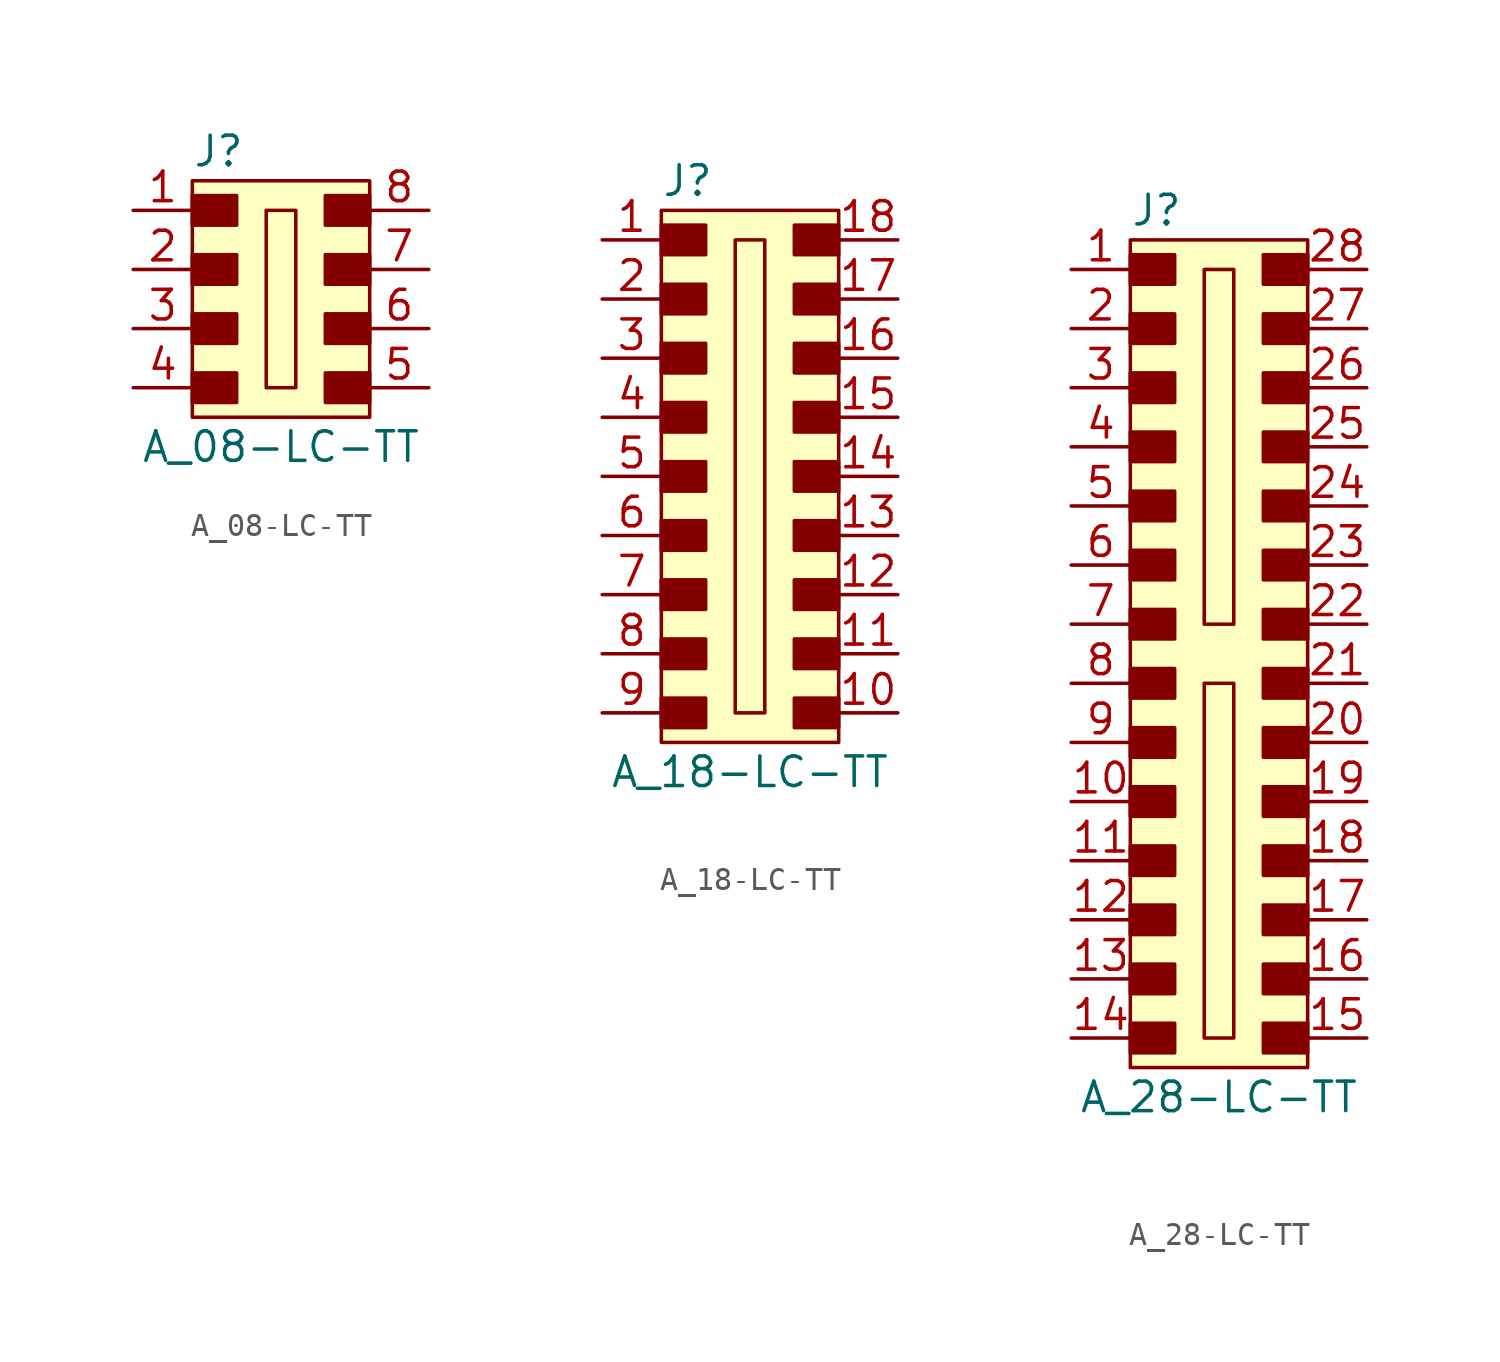
<source format=kicad_sym>
(kicad_symbol_lib
  (version 20231120)
  (generator "kicad_symbol_editor")
  (generator_version "8.0")
  (symbol "A_08-LC-TT"
    (pin_names
      (offset 1.016))
    (property "Reference" "J"
      (at -3.81 6.35 0)
      (effects (font (size 1.27 1.27)) (justify left)))
    (property "Value" "A_08-LC-TT"
      (at 0 -6.35 0)
      (effects (font (size 1.27 1.27))))
    (symbol "A_08-LC-TT_1_1"
      (rectangle (start -3.81 -3.175) (end -1.905 -4.445) (stroke (width 0) (type solid)) (fill (type outline)))
      (rectangle (start -3.81 -0.635) (end -1.905 -1.905) (stroke (width 0) (type solid)) (fill (type outline)))
      (rectangle (start -3.81 1.905) (end -1.905 0.635) (stroke (width 0) (type solid)) (fill (type outline)))
      (rectangle (start -3.81 4.445) (end -1.905 3.175) (stroke (width 0) (type solid)) (fill (type outline)))
      (rectangle (start -3.81 5.08) (end 3.81 -5.08) (stroke (width 0) (type solid)) (fill (type background)))
      (rectangle (start -0.635 3.81) (end 0.635 -3.81) (stroke (width 0) (type solid)) (fill (type none)))
      (rectangle (start 1.905 -3.175) (end 3.81 -4.445) (stroke (width 0) (type solid)) (fill (type outline)))
      (rectangle (start 1.905 -0.635) (end 3.81 -1.905) (stroke (width 0) (type solid)) (fill (type outline)))
      (rectangle (start 1.905 1.905) (end 3.81 0.635) (stroke (width 0) (type solid)) (fill (type outline)))
      (rectangle (start 1.905 4.445) (end 3.81 3.175) (stroke (width 0) (type solid)) (fill (type outline)))
      (pin passive line (at -6.35 3.81 0) (length 2.54) (name "~" (effects (font (size 1.27 1.27)))) (number "1" (effects (font (size 1.27 1.27)))))
      (pin passive line (at -6.35 1.27 0) (length 2.54) (name "~" (effects (font (size 1.27 1.27)))) (number "2" (effects (font (size 1.27 1.27)))))
      (pin passive line (at -6.35 -1.27 0) (length 2.54) (name "~" (effects (font (size 1.27 1.27)))) (number "3" (effects (font (size 1.27 1.27)))))
      (pin passive line (at -6.35 -3.81 0) (length 2.54) (name "~" (effects (font (size 1.27 1.27)))) (number "4" (effects (font (size 1.27 1.27)))))
      (pin passive line (at 6.35 -3.81 180) (length 2.54) (name "~" (effects (font (size 1.27 1.27)))) (number "5" (effects (font (size 1.27 1.27)))))
      (pin passive line (at 6.35 -1.27 180) (length 2.54) (name "~" (effects (font (size 1.27 1.27)))) (number "6" (effects (font (size 1.27 1.27)))))
      (pin passive line (at 6.35 1.27 180) (length 2.54) (name "~" (effects (font (size 1.27 1.27)))) (number "7" (effects (font (size 1.27 1.27)))))
      (pin passive line (at 6.35 3.81 180) (length 2.54) (name "~" (effects (font (size 1.27 1.27)))) (number "8" (effects (font (size 1.27 1.27)))))))
  (symbol "A_18-LC-TT"
    (pin_names
      (offset 1.016))
    (property "Reference" "J"
      (at -3.81 10.16 0)
      (effects (font (size 1.27 1.27)) (justify left)))
    (property "Value" "A_18-LC-TT"
      (at 0 -15.24 0)
      (effects (font (size 1.27 1.27))))
    (symbol "A_18-LC-TT_1_1"
      (rectangle (start -3.81 -12.065) (end -1.905 -13.335) (stroke (width 0) (type solid)) (fill (type outline)))
      (rectangle (start -3.81 -9.525) (end -1.905 -10.795) (stroke (width 0) (type solid)) (fill (type outline)))
      (rectangle (start -3.81 -6.985) (end -1.905 -8.255) (stroke (width 0) (type solid)) (fill (type outline)))
      (rectangle (start -3.81 -4.445) (end -1.905 -5.715) (stroke (width 0) (type solid)) (fill (type outline)))
      (rectangle (start -3.81 -1.905) (end -1.905 -3.175) (stroke (width 0) (type solid)) (fill (type outline)))
      (rectangle (start -3.81 0.635) (end -1.905 -0.635) (stroke (width 0) (type solid)) (fill (type outline)))
      (rectangle (start -3.81 3.175) (end -1.905 1.905) (stroke (width 0) (type solid)) (fill (type outline)))
      (rectangle (start -3.81 5.715) (end -1.905 4.445) (stroke (width 0) (type solid)) (fill (type outline)))
      (rectangle (start -3.81 8.255) (end -1.905 6.985) (stroke (width 0) (type solid)) (fill (type outline)))
      (rectangle (start -3.81 8.89) (end 3.81 -13.97) (stroke (width 0) (type solid)) (fill (type background)))
      (rectangle (start -0.635 7.62) (end 0.635 -12.7) (stroke (width 0) (type solid)) (fill (type none)))
      (rectangle (start 1.905 -12.065) (end 3.81 -13.335) (stroke (width 0) (type solid)) (fill (type outline)))
      (rectangle (start 1.905 -9.525) (end 3.81 -10.795) (stroke (width 0) (type solid)) (fill (type outline)))
      (rectangle (start 1.905 -6.985) (end 3.81 -8.255) (stroke (width 0) (type solid)) (fill (type outline)))
      (rectangle (start 1.905 -4.445) (end 3.81 -5.715) (stroke (width 0) (type solid)) (fill (type outline)))
      (rectangle (start 1.905 -1.905) (end 3.81 -3.175) (stroke (width 0) (type solid)) (fill (type outline)))
      (rectangle (start 1.905 0.635) (end 3.81 -0.635) (stroke (width 0) (type solid)) (fill (type outline)))
      (rectangle (start 1.905 3.175) (end 3.81 1.905) (stroke (width 0) (type solid)) (fill (type outline)))
      (rectangle (start 1.905 5.715) (end 3.81 4.445) (stroke (width 0) (type solid)) (fill (type outline)))
      (rectangle (start 1.905 8.255) (end 3.81 6.985) (stroke (width 0) (type solid)) (fill (type outline)))
      (pin passive line (at -6.35 7.62 0) (length 2.54) (name "~" (effects (font (size 1.27 1.27)))) (number "1" (effects (font (size 1.27 1.27)))))
      (pin passive line (at 6.35 -12.7 180) (length 2.54) (name "~" (effects (font (size 1.27 1.27)))) (number "10" (effects (font (size 1.27 1.27)))))
      (pin passive line (at 6.35 -10.16 180) (length 2.54) (name "~" (effects (font (size 1.27 1.27)))) (number "11" (effects (font (size 1.27 1.27)))))
      (pin passive line (at 6.35 -7.62 180) (length 2.54) (name "~" (effects (font (size 1.27 1.27)))) (number "12" (effects (font (size 1.27 1.27)))))
      (pin passive line (at 6.35 -5.08 180) (length 2.54) (name "~" (effects (font (size 1.27 1.27)))) (number "13" (effects (font (size 1.27 1.27)))))
      (pin passive line (at 6.35 -2.54 180) (length 2.54) (name "~" (effects (font (size 1.27 1.27)))) (number "14" (effects (font (size 1.27 1.27)))))
      (pin passive line (at 6.35 0 180) (length 2.54) (name "~" (effects (font (size 1.27 1.27)))) (number "15" (effects (font (size 1.27 1.27)))))
      (pin passive line (at 6.35 2.54 180) (length 2.54) (name "~" (effects (font (size 1.27 1.27)))) (number "16" (effects (font (size 1.27 1.27)))))
      (pin passive line (at 6.35 5.08 180) (length 2.54) (name "~" (effects (font (size 1.27 1.27)))) (number "17" (effects (font (size 1.27 1.27)))))
      (pin passive line (at 6.35 7.62 180) (length 2.54) (name "~" (effects (font (size 1.27 1.27)))) (number "18" (effects (font (size 1.27 1.27)))))
      (pin passive line (at -6.35 5.08 0) (length 2.54) (name "~" (effects (font (size 1.27 1.27)))) (number "2" (effects (font (size 1.27 1.27)))))
      (pin passive line (at -6.35 2.54 0) (length 2.54) (name "~" (effects (font (size 1.27 1.27)))) (number "3" (effects (font (size 1.27 1.27)))))
      (pin passive line (at -6.35 0 0) (length 2.54) (name "~" (effects (font (size 1.27 1.27)))) (number "4" (effects (font (size 1.27 1.27)))))
      (pin passive line (at -6.35 -2.54 0) (length 2.54) (name "~" (effects (font (size 1.27 1.27)))) (number "5" (effects (font (size 1.27 1.27)))))
      (pin passive line (at -6.35 -5.08 0) (length 2.54) (name "~" (effects (font (size 1.27 1.27)))) (number "6" (effects (font (size 1.27 1.27)))))
      (pin passive line (at -6.35 -7.62 0) (length 2.54) (name "~" (effects (font (size 1.27 1.27)))) (number "7" (effects (font (size 1.27 1.27)))))
      (pin passive line (at -6.35 -10.16 0) (length 2.54) (name "~" (effects (font (size 1.27 1.27)))) (number "8" (effects (font (size 1.27 1.27)))))
      (pin passive line (at -6.35 -12.7 0) (length 2.54) (name "~" (effects (font (size 1.27 1.27)))) (number "9" (effects (font (size 1.27 1.27)))))))
  (symbol "A_28-LC-TT"
    (pin_names
      (offset 1.016))
    (property "Reference" "J"
      (at -3.81 19.05 0)
      (effects (font (size 1.27 1.27)) (justify left)))
    (property "Value" "A_28-LC-TT"
      (at 0 -19.05 0)
      (effects (font (size 1.27 1.27))))
    (symbol "A_28-LC-TT_1_1"
      (rectangle (start -3.81 -15.875) (end -1.905 -17.145) (stroke (width 0) (type solid)) (fill (type outline)))
      (rectangle (start -3.81 -13.335) (end -1.905 -14.605) (stroke (width 0) (type solid)) (fill (type outline)))
      (rectangle (start -3.81 -10.795) (end -1.905 -12.065) (stroke (width 0) (type solid)) (fill (type outline)))
      (rectangle (start -3.81 -8.255) (end -1.905 -9.525) (stroke (width 0) (type solid)) (fill (type outline)))
      (rectangle (start -3.81 -5.715) (end -1.905 -6.985) (stroke (width 0) (type solid)) (fill (type outline)))
      (rectangle (start -3.81 -3.175) (end -1.905 -4.445) (stroke (width 0) (type solid)) (fill (type outline)))
      (rectangle (start -3.81 -0.635) (end -1.905 -1.905) (stroke (width 0) (type solid)) (fill (type outline)))
      (rectangle (start -3.81 1.905) (end -1.905 0.635) (stroke (width 0) (type solid)) (fill (type outline)))
      (rectangle (start -3.81 4.445) (end -1.905 3.175) (stroke (width 0) (type solid)) (fill (type outline)))
      (rectangle (start -3.81 6.985) (end -1.905 5.715) (stroke (width 0) (type solid)) (fill (type outline)))
      (rectangle (start -3.81 9.525) (end -1.905 8.255) (stroke (width 0) (type solid)) (fill (type outline)))
      (rectangle (start -3.81 12.065) (end -1.905 10.795) (stroke (width 0) (type solid)) (fill (type outline)))
      (rectangle (start -3.81 14.605) (end -1.905 13.335) (stroke (width 0) (type solid)) (fill (type outline)))
      (rectangle (start -3.81 17.145) (end -1.905 15.875) (stroke (width 0) (type solid)) (fill (type outline)))
      (rectangle (start -3.81 17.78) (end 3.81 -17.78) (stroke (width 0) (type solid)) (fill (type background)))
      (rectangle (start -0.635 -1.27) (end 0.635 -16.51) (stroke (width 0) (type solid)) (fill (type none)))
      (rectangle (start -0.635 16.51) (end 0.635 1.27) (stroke (width 0) (type solid)) (fill (type none)))
      (rectangle (start 1.905 -15.875) (end 3.81 -17.145) (stroke (width 0) (type solid)) (fill (type outline)))
      (rectangle (start 1.905 -13.335) (end 3.81 -14.605) (stroke (width 0) (type solid)) (fill (type outline)))
      (rectangle (start 1.905 -10.795) (end 3.81 -12.065) (stroke (width 0) (type solid)) (fill (type outline)))
      (rectangle (start 1.905 -8.255) (end 3.81 -9.525) (stroke (width 0) (type solid)) (fill (type outline)))
      (rectangle (start 1.905 -5.715) (end 3.81 -6.985) (stroke (width 0) (type solid)) (fill (type outline)))
      (rectangle (start 1.905 -3.175) (end 3.81 -4.445) (stroke (width 0) (type solid)) (fill (type outline)))
      (rectangle (start 1.905 -0.635) (end 3.81 -1.905) (stroke (width 0) (type solid)) (fill (type outline)))
      (rectangle (start 1.905 1.905) (end 3.81 0.635) (stroke (width 0) (type solid)) (fill (type outline)))
      (rectangle (start 1.905 4.445) (end 3.81 3.175) (stroke (width 0) (type solid)) (fill (type outline)))
      (rectangle (start 1.905 6.985) (end 3.81 5.715) (stroke (width 0) (type solid)) (fill (type outline)))
      (rectangle (start 1.905 9.525) (end 3.81 8.255) (stroke (width 0) (type solid)) (fill (type outline)))
      (rectangle (start 1.905 12.065) (end 3.81 10.795) (stroke (width 0) (type solid)) (fill (type outline)))
      (rectangle (start 1.905 14.605) (end 3.81 13.335) (stroke (width 0) (type solid)) (fill (type outline)))
      (rectangle (start 1.905 17.145) (end 3.81 15.875) (stroke (width 0) (type solid)) (fill (type outline)))
      (pin passive line (at -6.35 16.51 0) (length 2.54) (name "~" (effects (font (size 1.27 1.27)))) (number "1" (effects (font (size 1.27 1.27)))))
      (pin passive line (at -6.35 -6.35 0) (length 2.54) (name "~" (effects (font (size 1.27 1.27)))) (number "10" (effects (font (size 1.27 1.27)))))
      (pin passive line (at -6.35 -8.89 0) (length 2.54) (name "~" (effects (font (size 1.27 1.27)))) (number "11" (effects (font (size 1.27 1.27)))))
      (pin passive line (at -6.35 -11.43 0) (length 2.54) (name "~" (effects (font (size 1.27 1.27)))) (number "12" (effects (font (size 1.27 1.27)))))
      (pin passive line (at -6.35 -13.97 0) (length 2.54) (name "~" (effects (font (size 1.27 1.27)))) (number "13" (effects (font (size 1.27 1.27)))))
      (pin passive line (at -6.35 -16.51 0) (length 2.54) (name "~" (effects (font (size 1.27 1.27)))) (number "14" (effects (font (size 1.27 1.27)))))
      (pin passive line (at 6.35 -16.51 180) (length 2.54) (name "~" (effects (font (size 1.27 1.27)))) (number "15" (effects (font (size 1.27 1.27)))))
      (pin passive line (at 6.35 -13.97 180) (length 2.54) (name "~" (effects (font (size 1.27 1.27)))) (number "16" (effects (font (size 1.27 1.27)))))
      (pin passive line (at 6.35 -11.43 180) (length 2.54) (name "~" (effects (font (size 1.27 1.27)))) (number "17" (effects (font (size 1.27 1.27)))))
      (pin passive line (at 6.35 -8.89 180) (length 2.54) (name "~" (effects (font (size 1.27 1.27)))) (number "18" (effects (font (size 1.27 1.27)))))
      (pin passive line (at 6.35 -6.35 180) (length 2.54) (name "~" (effects (font (size 1.27 1.27)))) (number "19" (effects (font (size 1.27 1.27)))))
      (pin passive line (at -6.35 13.97 0) (length 2.54) (name "~" (effects (font (size 1.27 1.27)))) (number "2" (effects (font (size 1.27 1.27)))))
      (pin passive line (at 6.35 -3.81 180) (length 2.54) (name "~" (effects (font (size 1.27 1.27)))) (number "20" (effects (font (size 1.27 1.27)))))
      (pin passive line (at 6.35 -1.27 180) (length 2.54) (name "~" (effects (font (size 1.27 1.27)))) (number "21" (effects (font (size 1.27 1.27)))))
      (pin passive line (at 6.35 1.27 180) (length 2.54) (name "~" (effects (font (size 1.27 1.27)))) (number "22" (effects (font (size 1.27 1.27)))))
      (pin passive line (at 6.35 3.81 180) (length 2.54) (name "~" (effects (font (size 1.27 1.27)))) (number "23" (effects (font (size 1.27 1.27)))))
      (pin passive line (at 6.35 6.35 180) (length 2.54) (name "~" (effects (font (size 1.27 1.27)))) (number "24" (effects (font (size 1.27 1.27)))))
      (pin passive line (at 6.35 8.89 180) (length 2.54) (name "~" (effects (font (size 1.27 1.27)))) (number "25" (effects (font (size 1.27 1.27)))))
      (pin passive line (at 6.35 11.43 180) (length 2.54) (name "~" (effects (font (size 1.27 1.27)))) (number "26" (effects (font (size 1.27 1.27)))))
      (pin passive line (at 6.35 13.97 180) (length 2.54) (name "~" (effects (font (size 1.27 1.27)))) (number "27" (effects (font (size 1.27 1.27)))))
      (pin passive line (at 6.35 16.51 180) (length 2.54) (name "~" (effects (font (size 1.27 1.27)))) (number "28" (effects (font (size 1.27 1.27)))))
      (pin passive line (at -6.35 11.43 0) (length 2.54) (name "~" (effects (font (size 1.27 1.27)))) (number "3" (effects (font (size 1.27 1.27)))))
      (pin passive line (at -6.35 8.89 0) (length 2.54) (name "~" (effects (font (size 1.27 1.27)))) (number "4" (effects (font (size 1.27 1.27)))))
      (pin passive line (at -6.35 6.35 0) (length 2.54) (name "~" (effects (font (size 1.27 1.27)))) (number "5" (effects (font (size 1.27 1.27)))))
      (pin passive line (at -6.35 3.81 0) (length 2.54) (name "~" (effects (font (size 1.27 1.27)))) (number "6" (effects (font (size 1.27 1.27)))))
      (pin passive line (at -6.35 1.27 0) (length 2.54) (name "~" (effects (font (size 1.27 1.27)))) (number "7" (effects (font (size 1.27 1.27)))))
      (pin passive line (at -6.35 -1.27 0) (length 2.54) (name "~" (effects (font (size 1.27 1.27)))) (number "8" (effects (font (size 1.27 1.27)))))
      (pin passive line (at -6.35 -3.81 0) (length 2.54) (name "~" (effects (font (size 1.27 1.27)))) (number "9" (effects (font (size 1.27 1.27))))))))
</source>
